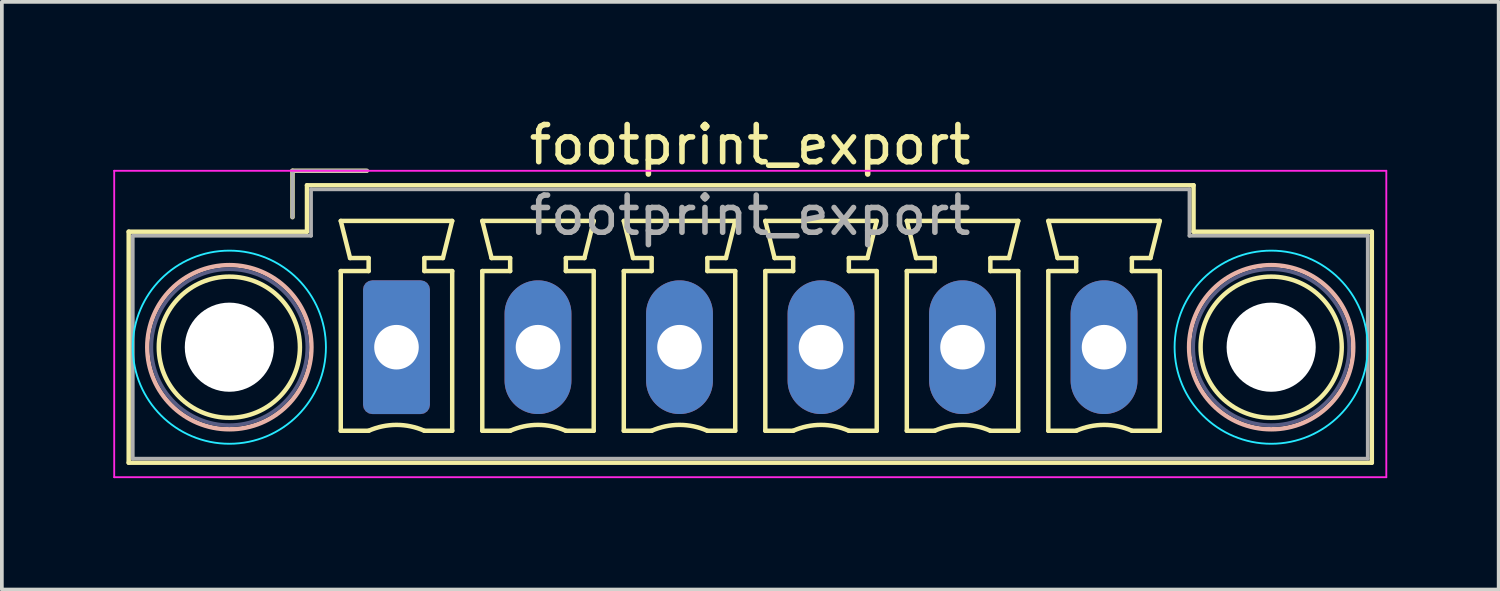
<source format=kicad_pcb>
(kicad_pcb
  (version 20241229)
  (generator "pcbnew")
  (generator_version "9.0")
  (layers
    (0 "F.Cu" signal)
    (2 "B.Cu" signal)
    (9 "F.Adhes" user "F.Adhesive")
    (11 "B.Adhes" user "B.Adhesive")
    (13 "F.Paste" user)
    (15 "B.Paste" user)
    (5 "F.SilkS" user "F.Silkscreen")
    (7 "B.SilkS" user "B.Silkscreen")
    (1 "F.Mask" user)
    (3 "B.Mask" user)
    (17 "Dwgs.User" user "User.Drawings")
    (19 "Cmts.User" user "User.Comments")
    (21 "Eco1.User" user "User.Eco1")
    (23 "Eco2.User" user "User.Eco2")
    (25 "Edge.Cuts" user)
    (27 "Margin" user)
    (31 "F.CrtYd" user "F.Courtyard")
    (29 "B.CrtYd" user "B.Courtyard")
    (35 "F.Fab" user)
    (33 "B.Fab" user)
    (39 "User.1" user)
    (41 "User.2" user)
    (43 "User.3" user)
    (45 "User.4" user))
  (footprint "footprint_export"
    (layer "F.Cu")
    (at 7.625 6.298)
    (property "Reference" "footprint_export" (at 9.52 -5.45 0) (layer "F.SilkS") (effects (font (size 1 1) (thickness 0.15))))
    (attr through_hole)
    (fp_line (start -7.21 -3.11) (end -7.21 3.11) (stroke (width 0.12) (type solid)) (layer "F.SilkS"))
    (fp_line (start -7.21 3.11) (end 26.26 3.11) (stroke (width 0.12) (type solid)) (layer "F.SilkS"))
    (fp_line (start -2.8 -4.75) (end -0.8 -4.75) (stroke (width 0.12) (type solid)) (layer "F.SilkS"))
    (fp_line (start -2.8 -3.5) (end -2.8 -4.75) (stroke (width 0.12) (type solid)) (layer "F.SilkS"))
    (fp_line (start -2.41 -4.36) (end -2.41 -3.11) (stroke (width 0.12) (type solid)) (layer "F.SilkS"))
    (fp_line (start -2.41 -3.11) (end -7.21 -3.11) (stroke (width 0.12) (type solid)) (layer "F.SilkS"))
    (fp_line (start -1.5 -3.4) (end 1.5 -3.4) (stroke (width 0.12) (type solid)) (layer "F.SilkS"))
    (fp_line (start -1.5 -2.05) (end -0.75 -2.05) (stroke (width 0.12) (type solid)) (layer "F.SilkS"))
    (fp_line (start -1.5 2.25) (end -1.5 -2.05) (stroke (width 0.12) (type solid)) (layer "F.SilkS"))
    (fp_line (start -1.25 -2.4) (end -1.5 -3.4) (stroke (width 0.12) (type solid)) (layer "F.SilkS"))
    (fp_line (start -0.75 -2.4) (end -1.25 -2.4) (stroke (width 0.12) (type solid)) (layer "F.SilkS"))
    (fp_line (start -0.75 -2.05) (end -0.75 -2.4) (stroke (width 0.12) (type solid)) (layer "F.SilkS"))
    (fp_line (start -0.75 2.25) (end -1.5 2.25) (stroke (width 0.12) (type solid)) (layer "F.SilkS"))
    (fp_line (start 0.75 -2.4) (end 0.75 -2.05) (stroke (width 0.12) (type solid)) (layer "F.SilkS"))
    (fp_line (start 0.75 -2.05) (end 1.5 -2.05) (stroke (width 0.12) (type solid)) (layer "F.SilkS"))
    (fp_line (start 1.25 -2.4) (end 0.75 -2.4) (stroke (width 0.12) (type solid)) (layer "F.SilkS"))
    (fp_line (start 1.5 -3.4) (end 1.25 -2.4) (stroke (width 0.12) (type solid)) (layer "F.SilkS"))
    (fp_line (start 1.5 -2.05) (end 1.5 2.25) (stroke (width 0.12) (type solid)) (layer "F.SilkS"))
    (fp_line (start 1.5 2.25) (end 0.75 2.25) (stroke (width 0.12) (type solid)) (layer "F.SilkS"))
    (fp_line (start 2.31 -3.4) (end 5.31 -3.4) (stroke (width 0.12) (type solid)) (layer "F.SilkS"))
    (fp_line (start 2.31 -2.05) (end 3.06 -2.05) (stroke (width 0.12) (type solid)) (layer "F.SilkS"))
    (fp_line (start 2.31 2.25) (end 2.31 -2.05) (stroke (width 0.12) (type solid)) (layer "F.SilkS"))
    (fp_line (start 2.56 -2.4) (end 2.31 -3.4) (stroke (width 0.12) (type solid)) (layer "F.SilkS"))
    (fp_line (start 3.06 -2.4) (end 2.56 -2.4) (stroke (width 0.12) (type solid)) (layer "F.SilkS"))
    (fp_line (start 3.06 -2.05) (end 3.06 -2.4) (stroke (width 0.12) (type solid)) (layer "F.SilkS"))
    (fp_line (start 3.06 2.25) (end 2.31 2.25) (stroke (width 0.12) (type solid)) (layer "F.SilkS"))
    (fp_line (start 4.56 -2.4) (end 4.56 -2.05) (stroke (width 0.12) (type solid)) (layer "F.SilkS"))
    (fp_line (start 4.56 -2.05) (end 5.31 -2.05) (stroke (width 0.12) (type solid)) (layer "F.SilkS"))
    (fp_line (start 5.06 -2.4) (end 4.56 -2.4) (stroke (width 0.12) (type solid)) (layer "F.SilkS"))
    (fp_line (start 5.31 -3.4) (end 5.06 -2.4) (stroke (width 0.12) (type solid)) (layer "F.SilkS"))
    (fp_line (start 5.31 -2.05) (end 5.31 2.25) (stroke (width 0.12) (type solid)) (layer "F.SilkS"))
    (fp_line (start 5.31 2.25) (end 4.56 2.25) (stroke (width 0.12) (type solid)) (layer "F.SilkS"))
    (fp_line (start 6.12 -3.4) (end 9.12 -3.4) (stroke (width 0.12) (type solid)) (layer "F.SilkS"))
    (fp_line (start 6.12 -2.05) (end 6.87 -2.05) (stroke (width 0.12) (type solid)) (layer "F.SilkS"))
    (fp_line (start 6.12 2.25) (end 6.12 -2.05) (stroke (width 0.12) (type solid)) (layer "F.SilkS"))
    (fp_line (start 6.37 -2.4) (end 6.12 -3.4) (stroke (width 0.12) (type solid)) (layer "F.SilkS"))
    (fp_line (start 6.87 -2.4) (end 6.37 -2.4) (stroke (width 0.12) (type solid)) (layer "F.SilkS"))
    (fp_line (start 6.87 -2.05) (end 6.87 -2.4) (stroke (width 0.12) (type solid)) (layer "F.SilkS"))
    (fp_line (start 6.87 2.25) (end 6.12 2.25) (stroke (width 0.12) (type solid)) (layer "F.SilkS"))
    (fp_line (start 8.37 -2.4) (end 8.37 -2.05) (stroke (width 0.12) (type solid)) (layer "F.SilkS"))
    (fp_line (start 8.37 -2.05) (end 9.12 -2.05) (stroke (width 0.12) (type solid)) (layer "F.SilkS"))
    (fp_line (start 8.87 -2.4) (end 8.37 -2.4) (stroke (width 0.12) (type solid)) (layer "F.SilkS"))
    (fp_line (start 9.12 -3.4) (end 8.87 -2.4) (stroke (width 0.12) (type solid)) (layer "F.SilkS"))
    (fp_line (start 9.12 -2.05) (end 9.12 2.25) (stroke (width 0.12) (type solid)) (layer "F.SilkS"))
    (fp_line (start 9.12 2.25) (end 8.37 2.25) (stroke (width 0.12) (type solid)) (layer "F.SilkS"))
    (fp_line (start 9.93 -3.4) (end 12.93 -3.4) (stroke (width 0.12) (type solid)) (layer "F.SilkS"))
    (fp_line (start 9.93 -2.05) (end 10.68 -2.05) (stroke (width 0.12) (type solid)) (layer "F.SilkS"))
    (fp_line (start 9.93 2.25) (end 9.93 -2.05) (stroke (width 0.12) (type solid)) (layer "F.SilkS"))
    (fp_line (start 10.18 -2.4) (end 9.93 -3.4) (stroke (width 0.12) (type solid)) (layer "F.SilkS"))
    (fp_line (start 10.68 -2.4) (end 10.18 -2.4) (stroke (width 0.12) (type solid)) (layer "F.SilkS"))
    (fp_line (start 10.68 -2.05) (end 10.68 -2.4) (stroke (width 0.12) (type solid)) (layer "F.SilkS"))
    (fp_line (start 10.68 2.25) (end 9.93 2.25) (stroke (width 0.12) (type solid)) (layer "F.SilkS"))
    (fp_line (start 12.18 -2.4) (end 12.18 -2.05) (stroke (width 0.12) (type solid)) (layer "F.SilkS"))
    (fp_line (start 12.18 -2.05) (end 12.93 -2.05) (stroke (width 0.12) (type solid)) (layer "F.SilkS"))
    (fp_line (start 12.68 -2.4) (end 12.18 -2.4) (stroke (width 0.12) (type solid)) (layer "F.SilkS"))
    (fp_line (start 12.93 -3.4) (end 12.68 -2.4) (stroke (width 0.12) (type solid)) (layer "F.SilkS"))
    (fp_line (start 12.93 -2.05) (end 12.93 2.25) (stroke (width 0.12) (type solid)) (layer "F.SilkS"))
    (fp_line (start 12.93 2.25) (end 12.18 2.25) (stroke (width 0.12) (type solid)) (layer "F.SilkS"))
    (fp_line (start 13.74 -3.4) (end 16.74 -3.4) (stroke (width 0.12) (type solid)) (layer "F.SilkS"))
    (fp_line (start 13.74 -2.05) (end 14.49 -2.05) (stroke (width 0.12) (type solid)) (layer "F.SilkS"))
    (fp_line (start 13.74 2.25) (end 13.74 -2.05) (stroke (width 0.12) (type solid)) (layer "F.SilkS"))
    (fp_line (start 13.99 -2.4) (end 13.74 -3.4) (stroke (width 0.12) (type solid)) (layer "F.SilkS"))
    (fp_line (start 14.49 -2.4) (end 13.99 -2.4) (stroke (width 0.12) (type solid)) (layer "F.SilkS"))
    (fp_line (start 14.49 -2.05) (end 14.49 -2.4) (stroke (width 0.12) (type solid)) (layer "F.SilkS"))
    (fp_line (start 14.49 2.25) (end 13.74 2.25) (stroke (width 0.12) (type solid)) (layer "F.SilkS"))
    (fp_line (start 15.99 -2.4) (end 15.99 -2.05) (stroke (width 0.12) (type solid)) (layer "F.SilkS"))
    (fp_line (start 15.99 -2.05) (end 16.74 -2.05) (stroke (width 0.12) (type solid)) (layer "F.SilkS"))
    (fp_line (start 16.49 -2.4) (end 15.99 -2.4) (stroke (width 0.12) (type solid)) (layer "F.SilkS"))
    (fp_line (start 16.74 -3.4) (end 16.49 -2.4) (stroke (width 0.12) (type solid)) (layer "F.SilkS"))
    (fp_line (start 16.74 -2.05) (end 16.74 2.25) (stroke (width 0.12) (type solid)) (layer "F.SilkS"))
    (fp_line (start 16.74 2.25) (end 15.99 2.25) (stroke (width 0.12) (type solid)) (layer "F.SilkS"))
    (fp_line (start 17.55 -3.4) (end 20.55 -3.4) (stroke (width 0.12) (type solid)) (layer "F.SilkS"))
    (fp_line (start 17.55 -2.05) (end 18.3 -2.05) (stroke (width 0.12) (type solid)) (layer "F.SilkS"))
    (fp_line (start 17.55 2.25) (end 17.55 -2.05) (stroke (width 0.12) (type solid)) (layer "F.SilkS"))
    (fp_line (start 17.8 -2.4) (end 17.55 -3.4) (stroke (width 0.12) (type solid)) (layer "F.SilkS"))
    (fp_line (start 18.3 -2.4) (end 17.8 -2.4) (stroke (width 0.12) (type solid)) (layer "F.SilkS"))
    (fp_line (start 18.3 -2.05) (end 18.3 -2.4) (stroke (width 0.12) (type solid)) (layer "F.SilkS"))
    (fp_line (start 18.3 2.25) (end 17.55 2.25) (stroke (width 0.12) (type solid)) (layer "F.SilkS"))
    (fp_line (start 19.8 -2.4) (end 19.8 -2.05) (stroke (width 0.12) (type solid)) (layer "F.SilkS"))
    (fp_line (start 19.8 -2.05) (end 20.55 -2.05) (stroke (width 0.12) (type solid)) (layer "F.SilkS"))
    (fp_line (start 20.3 -2.4) (end 19.8 -2.4) (stroke (width 0.12) (type solid)) (layer "F.SilkS"))
    (fp_line (start 20.55 -3.4) (end 20.3 -2.4) (stroke (width 0.12) (type solid)) (layer "F.SilkS"))
    (fp_line (start 20.55 -2.05) (end 20.55 2.25) (stroke (width 0.12) (type solid)) (layer "F.SilkS"))
    (fp_line (start 20.55 2.25) (end 19.8 2.25) (stroke (width 0.12) (type solid)) (layer "F.SilkS"))
    (fp_line (start 21.46 -4.36) (end -2.41 -4.36) (stroke (width 0.12) (type solid)) (layer "F.SilkS"))
    (fp_line (start 21.46 -3.11) (end 21.46 -4.36) (stroke (width 0.12) (type solid)) (layer "F.SilkS"))
    (fp_line (start 26.26 -3.11) (end 21.46 -3.11) (stroke (width 0.12) (type solid)) (layer "F.SilkS"))
    (fp_line (start 26.26 3.11) (end 26.26 -3.11) (stroke (width 0.12) (type solid)) (layer "F.SilkS"))
    (fp_arc (start -0.75 2.25) (mid -0.000193 2.09191) (end 0.749647 2.249844) (stroke (width 0.12) (type solid)) (layer "F.SilkS"))
    (fp_arc (start 3.06 2.25) (mid 3.809807 2.09191) (end 4.559647 2.249844) (stroke (width 0.12) (type solid)) (layer "F.SilkS"))
    (fp_arc (start 6.87 2.25) (mid 7.619807 2.09191) (end 8.369647 2.249844) (stroke (width 0.12) (type solid)) (layer "F.SilkS"))
    (fp_arc (start 10.68 2.25) (mid 11.429807 2.09191) (end 12.179647 2.249844) (stroke (width 0.12) (type solid)) (layer "F.SilkS"))
    (fp_arc (start 14.49 2.25) (mid 15.239807 2.09191) (end 15.989647 2.249844) (stroke (width 0.12) (type solid)) (layer "F.SilkS"))
    (fp_arc (start 18.3 2.25) (mid 19.049807 2.09191) (end 19.799647 2.249844) (stroke (width 0.12) (type solid)) (layer "F.SilkS"))
    (fp_circle (center -4.5 0) (end -2.6 0) (stroke (width 0.12) (type solid)) (fill no) (layer "F.SilkS"))
    (fp_circle (center 23.55 0) (end 25.45 0) (stroke (width 0.12) (type solid)) (fill no) (layer "F.SilkS"))
    (fp_circle (center -4.5 0) (end -2.29 0) (stroke (width 0.12) (type solid)) (fill no) (layer "B.SilkS"))
    (fp_circle (center 23.55 0) (end 25.76 0) (stroke (width 0.12) (type solid)) (fill no) (layer "B.SilkS"))
    (fp_circle (center -4.5 0) (end -1.9 0) (stroke (width 0.05) (type solid)) (fill no) (layer "B.CrtYd"))
    (fp_circle (center 23.55 0) (end 26.15 0) (stroke (width 0.05) (type solid)) (fill no) (layer "B.CrtYd"))
    (fp_line (start -7.6 -4.75) (end -7.6 3.5) (stroke (width 0.05) (type solid)) (layer "F.CrtYd"))
    (fp_line (start -7.6 3.5) (end 26.65 3.5) (stroke (width 0.05) (type solid)) (layer "F.CrtYd"))
    (fp_line (start 26.65 -4.75) (end -7.6 -4.75) (stroke (width 0.05) (type solid)) (layer "F.CrtYd"))
    (fp_line (start 26.65 3.5) (end 26.65 -4.75) (stroke (width 0.05) (type solid)) (layer "F.CrtYd"))
    (fp_circle (center -4.5 0) (end -2.4 0) (stroke (width 0.1) (type solid)) (fill no) (layer "B.Fab"))
    (fp_circle (center 23.55 0) (end 25.65 0) (stroke (width 0.1) (type solid)) (fill no) (layer "B.Fab"))
    (fp_line (start -7.1 -3) (end -7.1 3) (stroke (width 0.1) (type solid)) (layer "F.Fab"))
    (fp_line (start -7.1 3) (end 26.15 3) (stroke (width 0.1) (type solid)) (layer "F.Fab"))
    (fp_line (start -2.8 -4.75) (end -0.8 -4.75) (stroke (width 0.1) (type solid)) (layer "F.Fab"))
    (fp_line (start -2.8 -3.5) (end -2.8 -4.75) (stroke (width 0.1) (type solid)) (layer "F.Fab"))
    (fp_line (start -2.3 -4.25) (end -2.3 -3) (stroke (width 0.1) (type solid)) (layer "F.Fab"))
    (fp_line (start -2.3 -3) (end -7.1 -3) (stroke (width 0.1) (type solid)) (layer "F.Fab"))
    (fp_line (start 21.35 -4.25) (end -2.3 -4.25) (stroke (width 0.1) (type solid)) (layer "F.Fab"))
    (fp_line (start 21.35 -3) (end 21.35 -4.25) (stroke (width 0.1) (type solid)) (layer "F.Fab"))
    (fp_line (start 26.15 -3) (end 21.35 -3) (stroke (width 0.1) (type solid)) (layer "F.Fab"))
    (fp_line (start 26.15 3) (end 26.15 -3) (stroke (width 0.1) (type solid)) (layer "F.Fab"))
    (fp_text user "${REFERENCE}" (at 9.52 -3.55 0) (layer "F.Fab") (effects (font (size 1 1) (thickness 0.15))))
    (pad "" np_thru_hole circle (at -4.5 0) (size 2.4 2.4) (drill 2.4) (layers "*.Cu" "*.Mask"))
    (pad "" np_thru_hole circle (at 23.55 0) (size 2.4 2.4) (drill 2.4) (layers "*.Cu" "*.Mask"))
    (pad "1" thru_hole roundrect (at 0 0) (size 1.8 3.6) (drill 1.2) (layers "*.Cu" "*.Mask") (roundrect_rratio 0.139))
    (pad "2" thru_hole oval (at 3.81 0) (size 1.8 3.6) (drill 1.2) (layers "*.Cu" "*.Mask"))
    (pad "3" thru_hole oval (at 7.62 0) (size 1.8 3.6) (drill 1.2) (layers "*.Cu" "*.Mask"))
    (pad "4" thru_hole oval (at 11.43 0) (size 1.8 3.6) (drill 1.2) (layers "*.Cu" "*.Mask"))
    (pad "5" thru_hole oval (at 15.24 0) (size 1.8 3.6) (drill 1.2) (layers "*.Cu" "*.Mask"))
    (pad "6" thru_hole oval (at 19.05 0) (size 1.8 3.6) (drill 1.2) (layers "*.Cu" "*.Mask")))
  (gr_rect
    (start -3 -3)
    (end 37.3 12.823)
    (stroke (width 0.1) (type default))
    (fill no)
    (layer "Edge.Cuts")))
</source>
